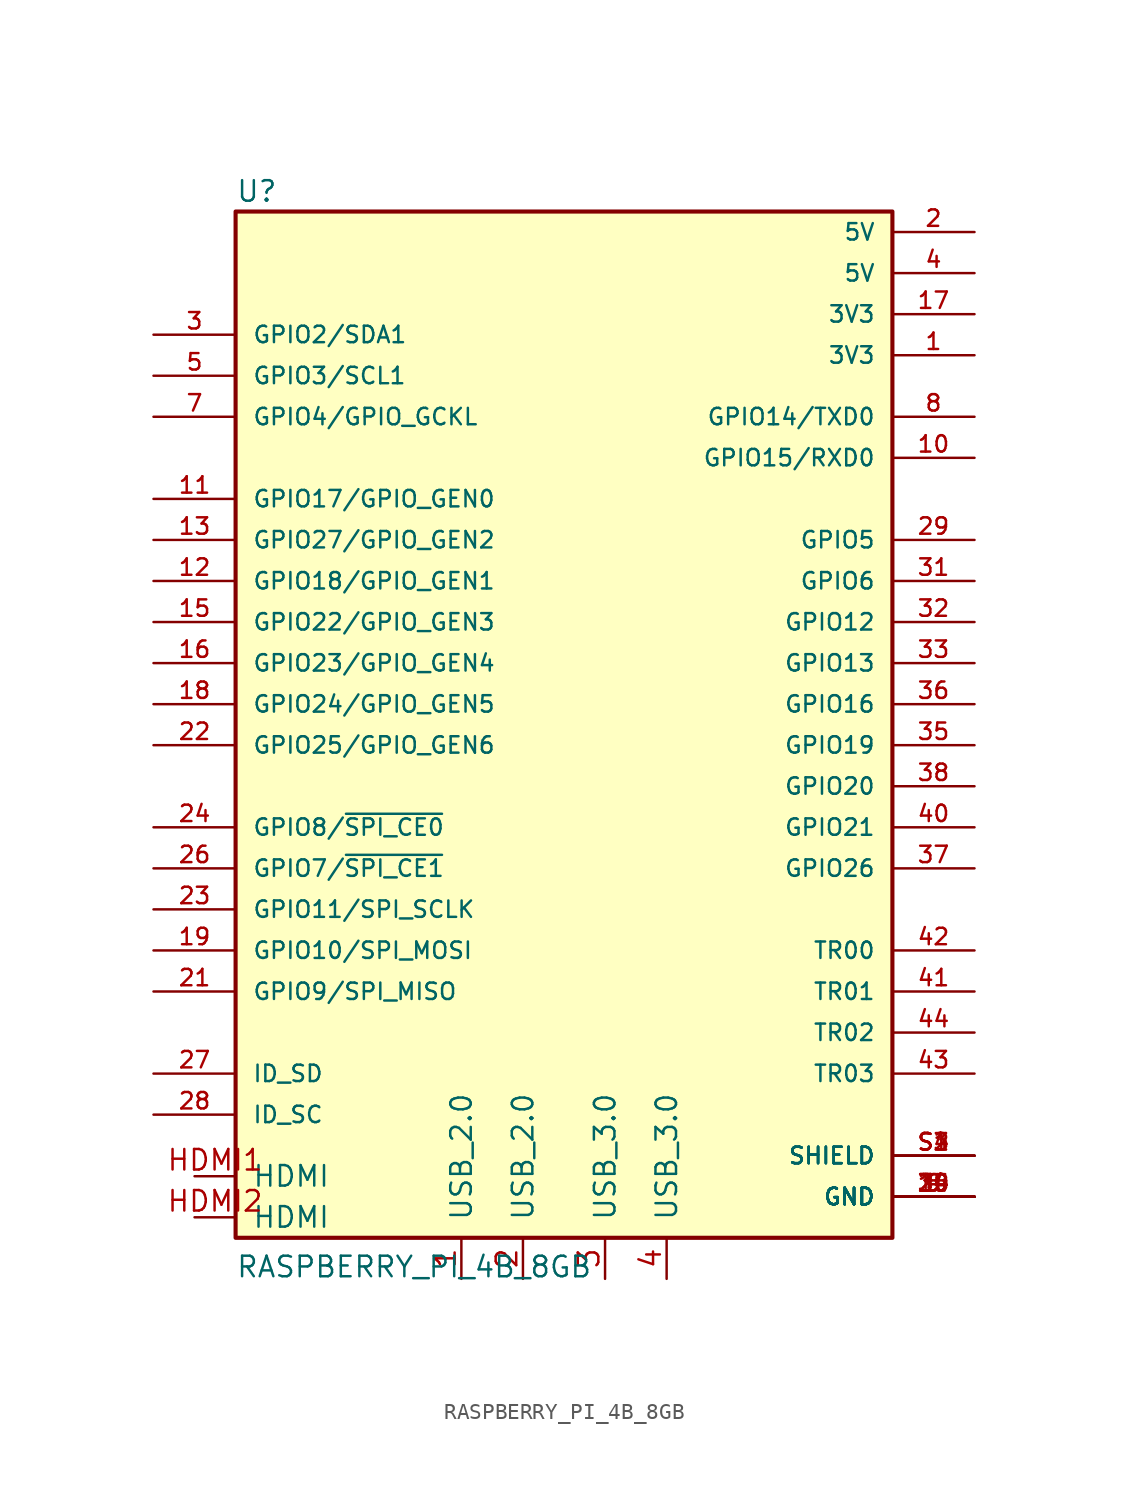
<source format=kicad_sym>
(kicad_symbol_lib
  (version 20231120)
  (generator "kicad_symbol_editor")
  (generator_version "8.0")
  (symbol "RASPBERRY_PI_4B_8GB"
    (pin_names
      (offset 1.016))
    (property "Reference" "U"
      (at -20.32 33.528 0)
      (effects (font (size 1.27 1.27)) (justify left bottom)))
    (property "Value" "RASPBERRY_PI_4B_8GB"
      (at -20.32 -33.02 0)
      (effects (font (size 1.27 1.27)) (justify left bottom)))
    (symbol "RASPBERRY_PI_4B_8GB_0_0"
      (rectangle (start -20.32 33.02) (end 20.32 -30.48) (stroke (width 0.254) (type default)) (fill (type background)))
      (pin power_in line (at 25.4 24.13 180) (length 5.08) (name "3V3" (effects (font (size 1.016 1.016)))) (number "1" (effects (font (size 1.016 1.016)))))
      (pin bidirectional line (at 25.4 17.78 180) (length 5.08) (name "GPIO15/RXD0" (effects (font (size 1.016 1.016)))) (number "10" (effects (font (size 1.016 1.016)))))
      (pin bidirectional line (at -25.4 15.24 0) (length 5.08) (name "GPIO17/GPIO_GEN0" (effects (font (size 1.016 1.016)))) (number "11" (effects (font (size 1.016 1.016)))))
      (pin bidirectional line (at -25.4 10.16 0) (length 5.08) (name "GPIO18/GPIO_GEN1" (effects (font (size 1.016 1.016)))) (number "12" (effects (font (size 1.016 1.016)))))
      (pin bidirectional line (at -25.4 12.7 0) (length 5.08) (name "GPIO27/GPIO_GEN2" (effects (font (size 1.016 1.016)))) (number "13" (effects (font (size 1.016 1.016)))))
      (pin power_in line (at 25.4 -27.94 180) (length 5.08) (name "GND" (effects (font (size 1.016 1.016)))) (number "14" (effects (font (size 1.016 1.016)))))
      (pin bidirectional line (at -25.4 7.62 0) (length 5.08) (name "GPIO22/GPIO_GEN3" (effects (font (size 1.016 1.016)))) (number "15" (effects (font (size 1.016 1.016)))))
      (pin bidirectional line (at -25.4 5.08 0) (length 5.08) (name "GPIO23/GPIO_GEN4" (effects (font (size 1.016 1.016)))) (number "16" (effects (font (size 1.016 1.016)))))
      (pin power_in line (at 25.4 26.67 180) (length 5.08) (name "3V3" (effects (font (size 1.016 1.016)))) (number "17" (effects (font (size 1.016 1.016)))))
      (pin bidirectional line (at -25.4 2.54 0) (length 5.08) (name "GPIO24/GPIO_GEN5" (effects (font (size 1.016 1.016)))) (number "18" (effects (font (size 1.016 1.016)))))
      (pin bidirectional line (at -25.4 -12.7 0) (length 5.08) (name "GPIO10/SPI_MOSI" (effects (font (size 1.016 1.016)))) (number "19" (effects (font (size 1.016 1.016)))))
      (pin power_in line (at 25.4 31.75 180) (length 5.08) (name "5V" (effects (font (size 1.016 1.016)))) (number "2" (effects (font (size 1.016 1.016)))))
      (pin power_in line (at 25.4 -27.94 180) (length 5.08) (name "GND" (effects (font (size 1.016 1.016)))) (number "20" (effects (font (size 1.016 1.016)))))
      (pin bidirectional line (at -25.4 -15.24 0) (length 5.08) (name "GPIO9/SPI_MISO" (effects (font (size 1.016 1.016)))) (number "21" (effects (font (size 1.016 1.016)))))
      (pin bidirectional line (at -25.4 0 0) (length 5.08) (name "GPIO25/GPIO_GEN6" (effects (font (size 1.016 1.016)))) (number "22" (effects (font (size 1.016 1.016)))))
      (pin bidirectional line (at -25.4 -10.16 0) (length 5.08) (name "GPIO11/SPI_SCLK" (effects (font (size 1.016 1.016)))) (number "23" (effects (font (size 1.016 1.016)))))
      (pin bidirectional line (at -25.4 -5.08 0) (length 5.08) (name "GPIO8/~{SPI_CE0}" (effects (font (size 1.016 1.016)))) (number "24" (effects (font (size 1.016 1.016)))))
      (pin power_in line (at 25.4 -27.94 180) (length 5.08) (name "GND" (effects (font (size 1.016 1.016)))) (number "25" (effects (font (size 1.016 1.016)))))
      (pin bidirectional line (at -25.4 -7.62 0) (length 5.08) (name "GPIO7/~{SPI_CE1}" (effects (font (size 1.016 1.016)))) (number "26" (effects (font (size 1.016 1.016)))))
      (pin bidirectional line (at -25.4 -20.32 0) (length 5.08) (name "ID_SD" (effects (font (size 1.016 1.016)))) (number "27" (effects (font (size 1.016 1.016)))))
      (pin bidirectional line (at -25.4 -22.86 0) (length 5.08) (name "ID_SC" (effects (font (size 1.016 1.016)))) (number "28" (effects (font (size 1.016 1.016)))))
      (pin bidirectional line (at 25.4 12.7 180) (length 5.08) (name "GPIO5" (effects (font (size 1.016 1.016)))) (number "29" (effects (font (size 1.016 1.016)))))
      (pin bidirectional line (at -25.4 25.4 0) (length 5.08) (name "GPIO2/SDA1" (effects (font (size 1.016 1.016)))) (number "3" (effects (font (size 1.016 1.016)))))
      (pin power_in line (at 25.4 -27.94 180) (length 5.08) (name "GND" (effects (font (size 1.016 1.016)))) (number "30" (effects (font (size 1.016 1.016)))))
      (pin bidirectional line (at 25.4 10.16 180) (length 5.08) (name "GPIO6" (effects (font (size 1.016 1.016)))) (number "31" (effects (font (size 1.016 1.016)))))
      (pin bidirectional line (at 25.4 7.62 180) (length 5.08) (name "GPIO12" (effects (font (size 1.016 1.016)))) (number "32" (effects (font (size 1.016 1.016)))))
      (pin bidirectional line (at 25.4 5.08 180) (length 5.08) (name "GPIO13" (effects (font (size 1.016 1.016)))) (number "33" (effects (font (size 1.016 1.016)))))
      (pin power_in line (at 25.4 -27.94 180) (length 5.08) (name "GND" (effects (font (size 1.016 1.016)))) (number "34" (effects (font (size 1.016 1.016)))))
      (pin bidirectional line (at 25.4 0 180) (length 5.08) (name "GPIO19" (effects (font (size 1.016 1.016)))) (number "35" (effects (font (size 1.016 1.016)))))
      (pin bidirectional line (at 25.4 2.54 180) (length 5.08) (name "GPIO16" (effects (font (size 1.016 1.016)))) (number "36" (effects (font (size 1.016 1.016)))))
      (pin bidirectional line (at 25.4 -7.62 180) (length 5.08) (name "GPIO26" (effects (font (size 1.016 1.016)))) (number "37" (effects (font (size 1.016 1.016)))))
      (pin bidirectional line (at 25.4 -2.54 180) (length 5.08) (name "GPIO20" (effects (font (size 1.016 1.016)))) (number "38" (effects (font (size 1.016 1.016)))))
      (pin power_in line (at 25.4 -27.94 180) (length 5.08) (name "GND" (effects (font (size 1.016 1.016)))) (number "39" (effects (font (size 1.016 1.016)))))
      (pin power_in line (at 25.4 29.21 180) (length 5.08) (name "5V" (effects (font (size 1.016 1.016)))) (number "4" (effects (font (size 1.016 1.016)))))
      (pin bidirectional line (at 25.4 -5.08 180) (length 5.08) (name "GPIO21" (effects (font (size 1.016 1.016)))) (number "40" (effects (font (size 1.016 1.016)))))
      (pin bidirectional line (at 25.4 -15.24 180) (length 5.08) (name "TR01" (effects (font (size 1.016 1.016)))) (number "41" (effects (font (size 1.016 1.016)))))
      (pin bidirectional line (at 25.4 -12.7 180) (length 5.08) (name "TR00" (effects (font (size 1.016 1.016)))) (number "42" (effects (font (size 1.016 1.016)))))
      (pin bidirectional line (at 25.4 -20.32 180) (length 5.08) (name "TR03" (effects (font (size 1.016 1.016)))) (number "43" (effects (font (size 1.016 1.016)))))
      (pin bidirectional line (at 25.4 -17.78 180) (length 5.08) (name "TR02" (effects (font (size 1.016 1.016)))) (number "44" (effects (font (size 1.016 1.016)))))
      (pin bidirectional line (at -25.4 22.86 0) (length 5.08) (name "GPIO3/SCL1" (effects (font (size 1.016 1.016)))) (number "5" (effects (font (size 1.016 1.016)))))
      (pin power_in line (at 25.4 -27.94 180) (length 5.08) (name "GND" (effects (font (size 1.016 1.016)))) (number "6" (effects (font (size 1.016 1.016)))))
      (pin bidirectional line (at -25.4 20.32 0) (length 5.08) (name "GPIO4/GPIO_GCKL" (effects (font (size 1.016 1.016)))) (number "7" (effects (font (size 1.016 1.016)))))
      (pin bidirectional line (at 25.4 20.32 180) (length 5.08) (name "GPIO14/TXD0" (effects (font (size 1.016 1.016)))) (number "8" (effects (font (size 1.016 1.016)))))
      (pin power_in line (at 25.4 -27.94 180) (length 5.08) (name "GND" (effects (font (size 1.016 1.016)))) (number "9" (effects (font (size 1.016 1.016)))))
      (pin power_in line (at 25.4 -25.4 180) (length 5.08) (name "SHIELD" (effects (font (size 1.016 1.016)))) (number "S1" (effects (font (size 1.016 1.016)))))
      (pin power_in line (at 25.4 -25.4 180) (length 5.08) (name "SHIELD" (effects (font (size 1.016 1.016)))) (number "S2" (effects (font (size 1.016 1.016)))))
      (pin power_in line (at 25.4 -25.4 180) (length 5.08) (name "SHIELD" (effects (font (size 1.016 1.016)))) (number "S3" (effects (font (size 1.016 1.016)))))
      (pin power_in line (at 25.4 -25.4 180) (length 5.08) (name "SHIELD" (effects (font (size 1.016 1.016)))) (number "S4" (effects (font (size 1.016 1.016))))))
    (symbol "RASPBERRY_PI_4B_8GB_1_1"
      (pin input line (at -6.35 -33.02 90) (length 2.54) (name "USB_2.0" (effects (font (size 1.27 1.27)))) (number "1" (effects (font (size 1.27 1.27)))))
      (pin input line (at -2.54 -33.02 90) (length 2.54) (name "USB_2.0" (effects (font (size 1.27 1.27)))) (number "2" (effects (font (size 1.27 1.27)))))
      (pin input line (at 2.54 -33.02 90) (length 2.54) (name "USB_3.0" (effects (font (size 1.27 1.27)))) (number "3" (effects (font (size 1.27 1.27)))))
      (pin input line (at 6.35 -33.02 90) (length 2.54) (name "USB_3.0" (effects (font (size 1.27 1.27)))) (number "4" (effects (font (size 1.27 1.27)))))
      (pin output line (at -22.86 -26.67 0) (length 2.54) (name "HDMI" (effects (font (size 1.27 1.27)))) (number "HDMI1" (effects (font (size 1.27 1.27)))))
      (pin output line (at -22.86 -29.21 0) (length 2.54) (name "HDMI" (effects (font (size 1.27 1.27)))) (number "HDMI2" (effects (font (size 1.27 1.27))))))))
</source>
